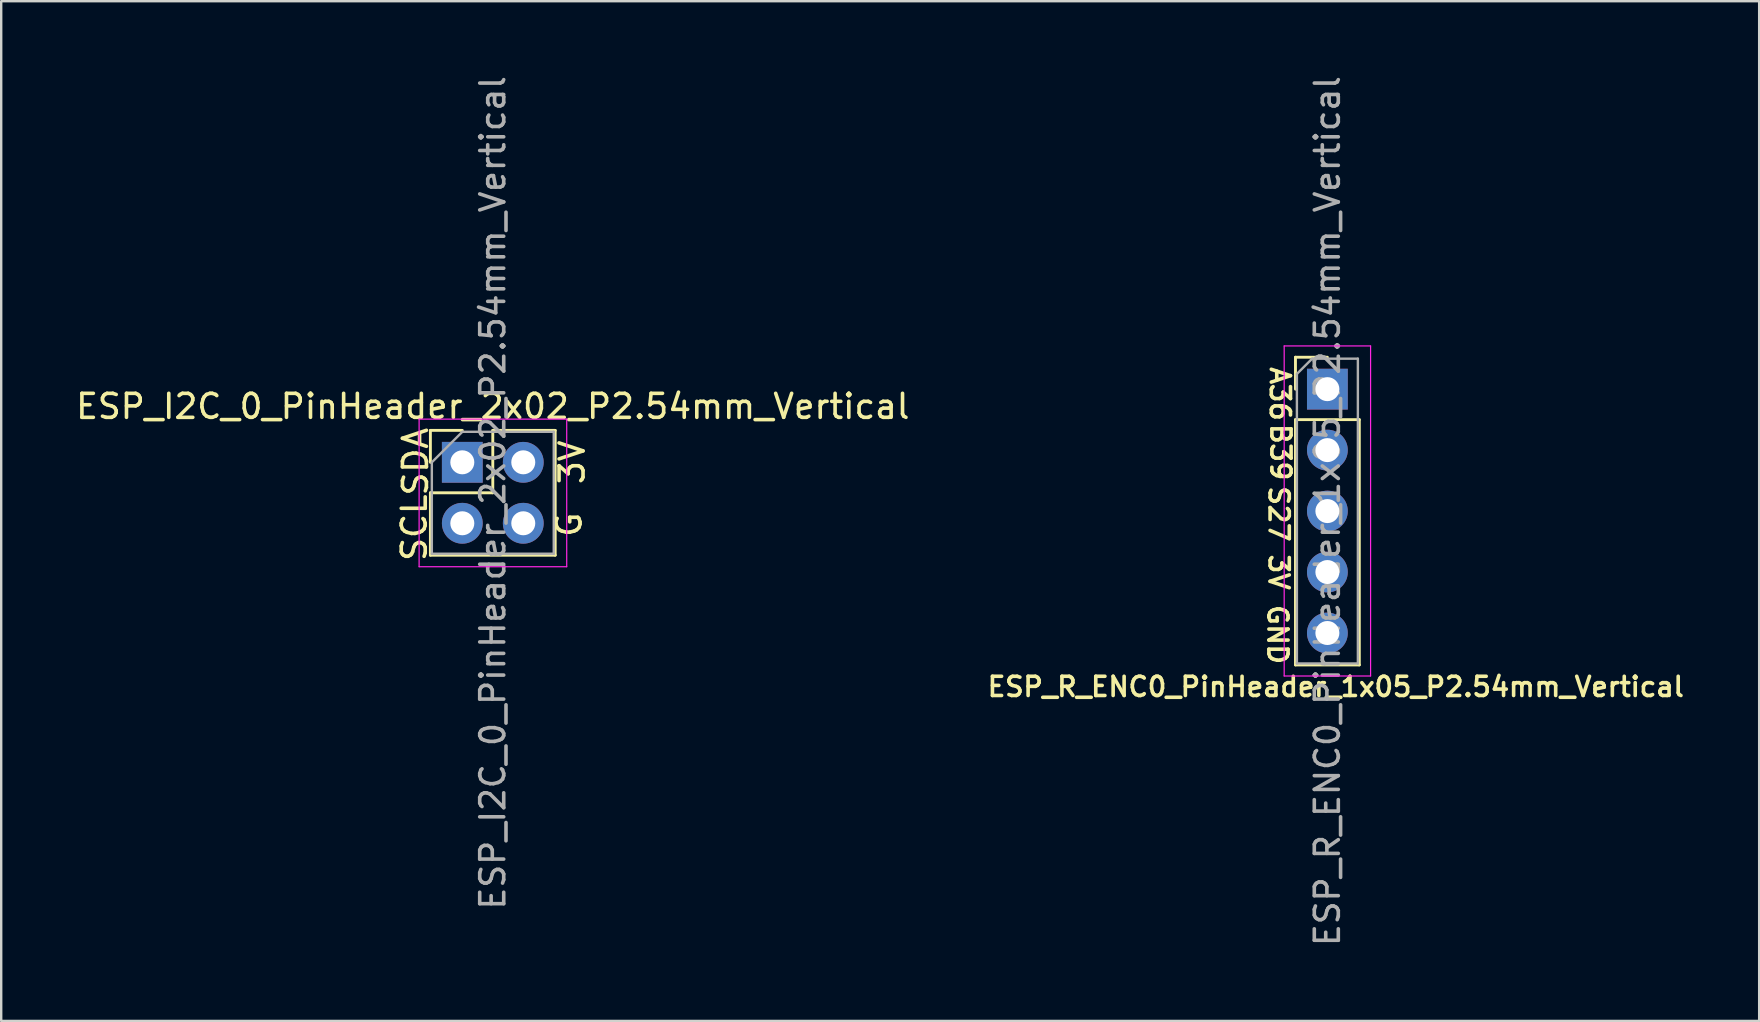
<source format=kicad_pcb>
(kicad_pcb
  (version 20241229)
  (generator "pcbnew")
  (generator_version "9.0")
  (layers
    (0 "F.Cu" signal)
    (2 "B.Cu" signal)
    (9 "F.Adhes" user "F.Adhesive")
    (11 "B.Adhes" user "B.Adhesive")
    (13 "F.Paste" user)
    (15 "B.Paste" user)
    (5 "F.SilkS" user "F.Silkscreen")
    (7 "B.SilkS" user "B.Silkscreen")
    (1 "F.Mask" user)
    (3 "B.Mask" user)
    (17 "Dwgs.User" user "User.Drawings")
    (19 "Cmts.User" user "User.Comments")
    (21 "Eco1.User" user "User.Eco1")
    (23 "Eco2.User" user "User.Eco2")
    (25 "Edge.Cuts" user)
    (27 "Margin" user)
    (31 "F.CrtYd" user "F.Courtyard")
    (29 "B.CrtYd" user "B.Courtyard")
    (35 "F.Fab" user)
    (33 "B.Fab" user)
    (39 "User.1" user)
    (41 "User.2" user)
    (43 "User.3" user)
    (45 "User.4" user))
  (footprint "ESP_I2C_0_PinHeader_2x02_P2.54mm_Vertical"
    (layer "F.Cu")
    (at 16.212 16.212)
    (property "Reference" "ESP_I2C_0_PinHeader_2x02_P2.54mm_Vertical" (at 1.27 -2.33 0) (layer "F.SilkS") (effects (font (size 1 1) (thickness 0.15))))
    (attr through_hole)
    (fp_line (start -1.33 -1.33) (end 0 -1.33) (stroke (width 0.12) (type solid)) (layer "F.SilkS"))
    (fp_line (start -1.33 0) (end -1.33 -1.33) (stroke (width 0.12) (type solid)) (layer "F.SilkS"))
    (fp_line (start -1.33 1.27) (end -1.33 3.87) (stroke (width 0.12) (type solid)) (layer "F.SilkS"))
    (fp_line (start -1.33 1.27) (end 1.27 1.27) (stroke (width 0.12) (type solid)) (layer "F.SilkS"))
    (fp_line (start -1.33 3.87) (end 3.87 3.87) (stroke (width 0.12) (type solid)) (layer "F.SilkS"))
    (fp_line (start 1.27 -1.33) (end 3.87 -1.33) (stroke (width 0.12) (type solid)) (layer "F.SilkS"))
    (fp_line (start 1.27 1.27) (end 1.27 -1.33) (stroke (width 0.12) (type solid)) (layer "F.SilkS"))
    (fp_line (start 3.87 -1.33) (end 3.87 3.87) (stroke (width 0.12) (type solid)) (layer "F.SilkS"))
    (fp_line (start -1.8 -1.8) (end -1.8 4.35) (stroke (width 0.05) (type solid)) (layer "F.CrtYd"))
    (fp_line (start -1.8 4.35) (end 4.35 4.35) (stroke (width 0.05) (type solid)) (layer "F.CrtYd"))
    (fp_line (start 4.35 -1.8) (end -1.8 -1.8) (stroke (width 0.05) (type solid)) (layer "F.CrtYd"))
    (fp_line (start 4.35 4.35) (end 4.35 -1.8) (stroke (width 0.05) (type solid)) (layer "F.CrtYd"))
    (fp_line (start -1.27 0) (end 0 -1.27) (stroke (width 0.1) (type solid)) (layer "F.Fab"))
    (fp_line (start -1.27 3.81) (end -1.27 0) (stroke (width 0.1) (type solid)) (layer "F.Fab"))
    (fp_line (start 0 -1.27) (end 3.81 -1.27) (stroke (width 0.1) (type solid)) (layer "F.Fab"))
    (fp_line (start 3.81 -1.27) (end 3.81 3.81) (stroke (width 0.1) (type solid)) (layer "F.Fab"))
    (fp_line (start 3.81 3.81) (end -1.27 3.81) (stroke (width 0.1) (type solid)) (layer "F.Fab"))
    (fp_text user "SDA" (at -1.95 -0.025 90) (unlocked yes) (layer "F.SilkS") (effects (font (size 1 1) (thickness 0.15))))
    (fp_text user "SCL" (at -2 2.725 90) (unlocked yes) (layer "F.SilkS") (effects (font (size 1 1) (thickness 0.15))))
    (fp_text user "G" (at 4.45 2.6 90) (unlocked yes) (layer "F.SilkS") (effects (font (size 1 1) (thickness 0.15))))
    (fp_text user "3V" (at 4.575 0 90) (unlocked yes) (layer "F.SilkS") (effects (font (size 1 1) (thickness 0.15))))
    (fp_text user "${REFERENCE}" (at 1.27 1.27 90) (layer "F.Fab") (effects (font (size 1 1) (thickness 0.15))))
    (pad "1" thru_hole rect (at 0 0) (size 1.7 1.7) (drill 1) (layers "*.Cu" "*.Mask"))
    (pad "2" thru_hole oval (at 2.54 0) (size 1.7 1.7) (drill 1) (layers "*.Cu" "*.Mask"))
    (pad "3" thru_hole oval (at 0 2.54) (size 1.7 1.7) (drill 1) (layers "*.Cu" "*.Mask"))
    (pad "4" thru_hole oval (at 2.54 2.54) (size 1.7 1.7) (drill 1) (layers "*.Cu" "*.Mask")))
  (footprint "ESP_R_ENC0_PinHeader_1x05_P2.54mm_Vertical"
    (layer "F.Cu")
    (at 52.255 13.164)
    (property "Reference" "ESP_R_ENC0_PinHeader_1x05_P2.54mm_Vertical" (at 0.35 12.4 0) (layer "F.SilkS") (effects (font (size 0.8 0.8) (thickness 0.15))))
    (attr through_hole exclude_from_bom)
    (fp_line (start -1.33 -1.33) (end 0 -1.33) (stroke (width 0.12) (type solid)) (layer "F.SilkS"))
    (fp_line (start -1.33 0) (end -1.33 -1.33) (stroke (width 0.12) (type solid)) (layer "F.SilkS"))
    (fp_line (start -1.33 1.27) (end -1.33 11.49) (stroke (width 0.12) (type solid)) (layer "F.SilkS"))
    (fp_line (start -1.33 1.27) (end 1.33 1.27) (stroke (width 0.12) (type solid)) (layer "F.SilkS"))
    (fp_line (start -1.33 11.49) (end 1.33 11.49) (stroke (width 0.12) (type solid)) (layer "F.SilkS"))
    (fp_line (start 1.33 1.27) (end 1.33 11.49) (stroke (width 0.12) (type solid)) (layer "F.SilkS"))
    (fp_line (start -1.8 -1.8) (end -1.8 11.95) (stroke (width 0.05) (type solid)) (layer "F.CrtYd"))
    (fp_line (start -1.8 11.95) (end 1.8 11.95) (stroke (width 0.05) (type solid)) (layer "F.CrtYd"))
    (fp_line (start 1.8 -1.8) (end -1.8 -1.8) (stroke (width 0.05) (type solid)) (layer "F.CrtYd"))
    (fp_line (start 1.8 11.95) (end 1.8 -1.8) (stroke (width 0.05) (type solid)) (layer "F.CrtYd"))
    (fp_line (start -1.27 -0.635) (end -0.635 -1.27) (stroke (width 0.1) (type solid)) (layer "F.Fab"))
    (fp_line (start -1.27 11.43) (end -1.27 -0.635) (stroke (width 0.1) (type solid)) (layer "F.Fab"))
    (fp_line (start -0.635 -1.27) (end 1.27 -1.27) (stroke (width 0.1) (type solid)) (layer "F.Fab"))
    (fp_line (start 1.27 -1.27) (end 1.27 11.43) (stroke (width 0.1) (type solid)) (layer "F.Fab"))
    (fp_line (start 1.27 11.43) (end -1.27 11.43) (stroke (width 0.1) (type solid)) (layer "F.Fab"))
    (fp_text user "B39" (at -1.95 2.625 270) (unlocked yes) (layer "F.SilkS") (effects (font (size 0.8 0.8) (thickness 0.15))))
    (fp_text user "S27" (at -2.025 5.2 270) (unlocked yes) (layer "F.SilkS") (effects (font (size 0.8 0.8) (thickness 0.15))))
    (fp_text user "GND" (at -2.075 10.225 270) (unlocked yes) (layer "F.SilkS") (effects (font (size 0.8 0.8) (thickness 0.15))))
    (fp_text user "3V" (at -2.025 7.625 270) (unlocked yes) (layer "F.SilkS") (effects (font (size 0.8 0.8) (thickness 0.15))))
    (fp_text user "A36" (at -1.975 0.2 270) (unlocked yes) (layer "F.SilkS") (effects (font (size 0.8 0.8) (thickness 0.15))))
    (fp_text user "${REFERENCE}" (at 0 5.08 90) (layer "F.Fab") (effects (font (size 1 1) (thickness 0.15))))
    (pad "1" thru_hole rect (at 0 0) (size 1.7 1.7) (drill 1) (layers "*.Cu" "*.Mask"))
    (pad "2" thru_hole oval (at 0 2.54) (size 1.7 1.7) (drill 1) (layers "*.Cu" "*.Mask"))
    (pad "3" thru_hole oval (at 0 5.08) (size 1.7 1.7) (drill 1) (layers "*.Cu" "*.Mask"))
    (pad "4" thru_hole oval (at 0 7.62) (size 1.7 1.7) (drill 1) (layers "*.Cu" "*.Mask"))
    (pad "5" thru_hole oval (at 0 10.16) (size 1.7 1.7) (drill 1) (layers "*.Cu" "*.Mask")))
  (gr_rect
    (start -3 -3)
    (end 70.245 39.488)
    (stroke (width 0.1) (type default))
    (fill no)
    (layer "Edge.Cuts")))
</source>
